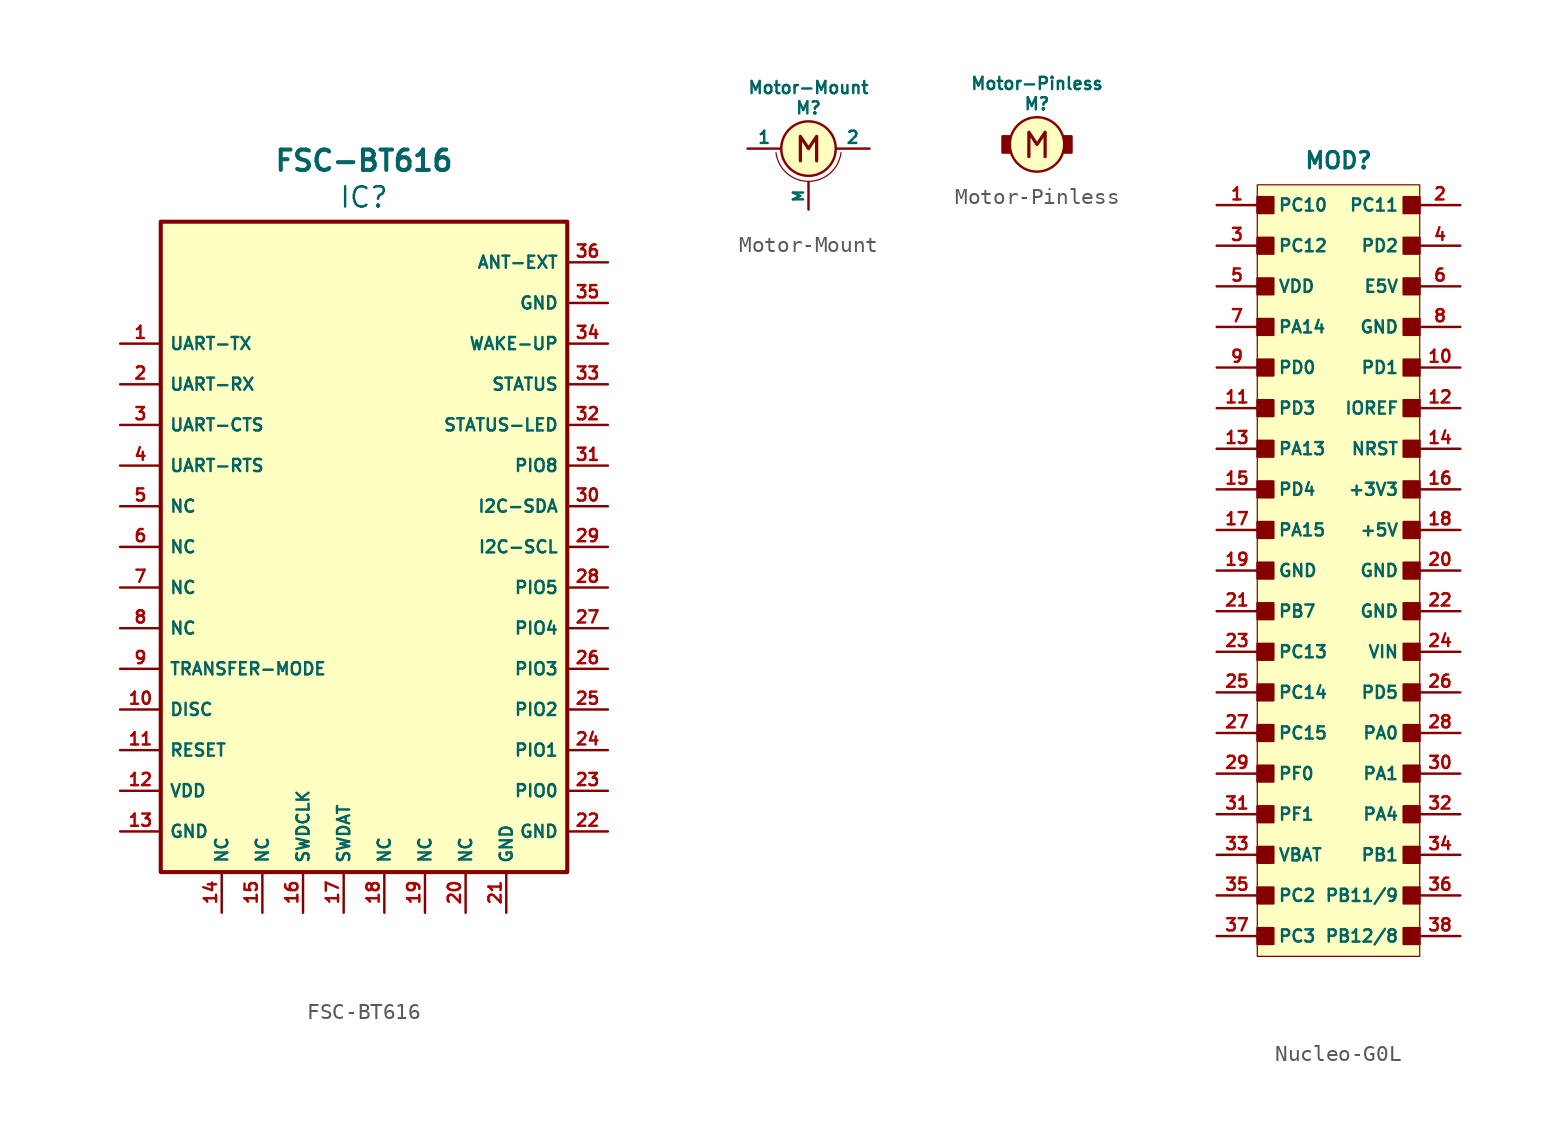
<source format=kicad_sym>
(kicad_symbol_lib
  (version 20220914)
  (generator kicad_symbol_editor)
  (symbol "FSC-BT616"
    (property "Reference" "IC"
      (at 0 21.844 0)
      (effects (font (size 1.27 1.27))))
    (property "Value" "FSC-BT616"
      (at 0 24.13 0)
      (effects (font (size 1.27 1.27) bold)))
    (symbol "FSC-BT616_0_0"
      (pin output line (at -15.24 12.7 0) (length 2.54) (name "UART-TX" (effects (font (size 0.762 0.762)))) (number "1" (effects (font (size 0.762 0.762)))))
      (pin input line (at -15.24 -10.16 0) (length 2.54) (name "DISC" (effects (font (size 0.762 0.762)))) (number "10" (effects (font (size 0.762 0.762)))))
      (pin output line (at -15.24 -12.7 0) (length 2.54) (name "RESET" (effects (font (size 0.762 0.762)))) (number "11" (effects (font (size 0.762 0.762)))))
      (pin input line (at -15.24 -15.24 0) (length 2.54) (name "VDD" (effects (font (size 0.762 0.762)))) (number "12" (effects (font (size 0.762 0.762)))))
      (pin input line (at -15.24 -17.78 0) (length 2.54) (name "GND" (effects (font (size 0.762 0.762)))) (number "13" (effects (font (size 0.762 0.762)))))
      (pin input line (at -15.24 10.16 0) (length 2.54) (name "UART-RX" (effects (font (size 0.762 0.762)))) (number "2" (effects (font (size 0.762 0.762)))))
      (pin input line (at 15.24 -17.78 180) (length 2.54) (name "GND" (effects (font (size 0.762 0.762)))) (number "22" (effects (font (size 0.762 0.762)))))
      (pin input line (at 15.24 -15.24 180) (length 2.54) (name "PIO0" (effects (font (size 0.762 0.762)))) (number "23" (effects (font (size 0.762 0.762)))))
      (pin output line (at 15.24 -12.7 180) (length 2.54) (name "PIO1" (effects (font (size 0.762 0.762)))) (number "24" (effects (font (size 0.762 0.762)))))
      (pin input line (at 15.24 -10.16 180) (length 2.54) (name "PIO2" (effects (font (size 0.762 0.762)))) (number "25" (effects (font (size 0.762 0.762)))))
      (pin output line (at 15.24 -7.62 180) (length 2.54) (name "PIO3" (effects (font (size 0.762 0.762)))) (number "26" (effects (font (size 0.762 0.762)))))
      (pin input line (at 15.24 -5.08 180) (length 2.54) (name "PIO4" (effects (font (size 0.762 0.762)))) (number "27" (effects (font (size 0.762 0.762)))))
      (pin output line (at 15.24 -2.54 180) (length 2.54) (name "PIO5" (effects (font (size 0.762 0.762)))) (number "28" (effects (font (size 0.762 0.762)))))
      (pin input line (at 15.24 0 180) (length 2.54) (name "I2C-SCL" (effects (font (size 0.762 0.762)))) (number "29" (effects (font (size 0.762 0.762)))))
      (pin output line (at -15.24 7.62 0) (length 2.54) (name "UART-CTS" (effects (font (size 0.762 0.762)))) (number "3" (effects (font (size 0.762 0.762)))))
      (pin output line (at 15.24 2.54 180) (length 2.54) (name "I2C-SDA" (effects (font (size 0.762 0.762)))) (number "30" (effects (font (size 0.762 0.762)))))
      (pin input line (at 15.24 5.08 180) (length 2.54) (name "PIO8" (effects (font (size 0.762 0.762)))) (number "31" (effects (font (size 0.762 0.762)))))
      (pin output line (at 15.24 7.62 180) (length 2.54) (name "STATUS-LED" (effects (font (size 0.762 0.762)))) (number "32" (effects (font (size 0.762 0.762)))))
      (pin input line (at 15.24 10.16 180) (length 2.54) (name "STATUS" (effects (font (size 0.762 0.762)))) (number "33" (effects (font (size 0.762 0.762)))))
      (pin output line (at 15.24 12.7 180) (length 2.54) (name "WAKE-UP" (effects (font (size 0.762 0.762)))) (number "34" (effects (font (size 0.762 0.762)))))
      (pin input line (at 15.24 15.24 180) (length 2.54) (name "GND" (effects (font (size 0.762 0.762)))) (number "35" (effects (font (size 0.762 0.762)))))
      (pin input line (at 15.24 17.78 180) (length 2.54) (name "ANT-EXT" (effects (font (size 0.762 0.762)))) (number "36" (effects (font (size 0.762 0.762)))))
      (pin input line (at -15.24 5.08 0) (length 2.54) (name "UART-RTS" (effects (font (size 0.762 0.762)))) (number "4" (effects (font (size 0.762 0.762)))))
      (pin output line (at -15.24 2.54 0) (length 2.54) (name "NC" (effects (font (size 0.762 0.762)))) (number "5" (effects (font (size 0.762 0.762)))))
      (pin input line (at -15.24 0 0) (length 2.54) (name "NC" (effects (font (size 0.762 0.762)))) (number "6" (effects (font (size 0.762 0.762)))))
      (pin output line (at -15.24 -2.54 0) (length 2.54) (name "NC" (effects (font (size 0.762 0.762)))) (number "7" (effects (font (size 0.762 0.762)))))
      (pin input line (at -15.24 -5.08 0) (length 2.54) (name "NC" (effects (font (size 0.762 0.762)))) (number "8" (effects (font (size 0.762 0.762)))))
      (pin output line (at -15.24 -7.62 0) (length 2.54) (name "TRANSFER-MODE" (effects (font (size 0.762 0.762)))) (number "9" (effects (font (size 0.762 0.762))))))
    (symbol "FSC-BT616_1_0"
      (pin input line (at -8.89 -22.86 90) (length 2.54) (name "NC" (effects (font (size 0.762 0.762)))) (number "14" (effects (font (size 0.762 0.762)))))
      (pin output line (at -6.35 -22.86 90) (length 2.54) (name "NC" (effects (font (size 0.762 0.762)))) (number "15" (effects (font (size 0.762 0.762)))))
      (pin input line (at -3.81 -22.86 90) (length 2.54) (name "SWDCLK" (effects (font (size 0.762 0.762)))) (number "16" (effects (font (size 0.762 0.762)))))
      (pin input line (at -1.27 -22.86 90) (length 2.54) (name "SWDAT" (effects (font (size 0.762 0.762)))) (number "17" (effects (font (size 0.762 0.762)))))
      (pin input line (at 1.27 -22.86 90) (length 2.54) (name "NC" (effects (font (size 0.762 0.762)))) (number "18" (effects (font (size 0.762 0.762)))))
      (pin output line (at 3.81 -22.86 90) (length 2.54) (name "NC" (effects (font (size 0.762 0.762)))) (number "19" (effects (font (size 0.762 0.762)))))
      (pin input line (at 6.35 -22.86 90) (length 2.54) (name "NC" (effects (font (size 0.762 0.762)))) (number "20" (effects (font (size 0.762 0.762)))))
      (pin input line (at 8.89 -22.86 90) (length 2.54) (name "GND" (effects (font (size 0.762 0.762)))) (number "21" (effects (font (size 0.762 0.762))))))
    (symbol "FSC-BT616_1_1"
      (rectangle (start 12.7 20.32) (end -12.7 -20.32) (stroke (width 0.254) (type solid)) (fill (type background)))))
  (symbol "Motor-Mount"
    (pin_numbers hide)
    (pin_names
      (offset 0))
    (property "Reference" "M"
      (at 0 2.54 0)
      (effects (font (size 0.762 0.762))))
    (property "Value" "Motor-Mount"
      (at 0 3.81 0)
      (effects (font (size 0.762 0.762))))
    (symbol "Motor-Mount_0_1"
      (arc (start -2.032 -0.254) (mid 0 -2.0478) (end 2.032 -0.254) (stroke (width 0.0762) (type solid)) (fill (type none)))
      (polyline (pts (xy -0.508 -0.762) (xy -0.508 0.762) (xy 0 0) (xy 0.508 0.762) (xy 0.508 -0.762)) (stroke (width 0.203) (type solid)) (fill (type none)))
      (circle (center 0 0) (radius 1.702) (stroke (width 0) (type solid)) (fill (type background))))
    (symbol "Motor-Mount_1_1"
      (pin passive line (at -3.81 0 0) (length 2.083) (name "1" (effects (font (size 0.762 0.762)))) (number "1" (effects (font (size 0.762 0.762)))))
      (pin passive line (at 3.81 0 180) (length 2.083) (name "2" (effects (font (size 0.762 0.762)))) (number "2" (effects (font (size 0.762 0.762)))))
      (pin passive line (at 0 -3.81 90) (length 1.702) (name "M" (effects (font (size 0.635 0.635)))) (number "3" (effects (font (size 0.762 0.762)))))))
  (symbol "Motor-Pinless"
    (pin_numbers hide)
    (pin_names
      (offset 0))
    (property "Reference" "M"
      (at 0 2.54 0)
      (effects (font (size 0.762 0.762))))
    (property "Value" "Motor-Pinless"
      (at 0 3.81 0)
      (effects (font (size 0.762 0.762))))
    (symbol "Motor-Pinless_0_1"
      (polyline (pts (xy -0.508 -0.762) (xy -0.508 0.762) (xy 0 0) (xy 0.508 0.762) (xy 0.508 -0.762)) (stroke (width 0.203) (type solid)) (fill (type none)))
      (polyline (pts (xy -1.651 0.508) (xy -2.159 0.508) (xy -2.159 -0.508) (xy -1.651 -0.508) (xy -1.778 0) (xy -1.651 0.508)) (stroke (width 0) (type solid)) (fill (type outline)))
      (polyline (pts (xy 1.651 -0.508) (xy 2.159 -0.508) (xy 2.159 0.508) (xy 1.651 0.508) (xy 1.778 0) (xy 1.651 -0.508)) (stroke (width 0) (type solid)) (fill (type outline)))
      (circle (center 0 0) (radius 1.702) (stroke (width 0) (type solid)) (fill (type background)))))
  (symbol "Nucleo-G0L"
    (pin_names
      (offset 1.27))
    (property "Reference" "MOD"
      (at 0 23.114 0)
      (effects (font (size 1.016 1.016) bold)))
    (symbol "Nucleo-G0L_0_1"
      (rectangle (start -5.08 -24.892) (end -4.064 -25.908) (stroke (width 0.127) (type solid)) (fill (type outline)))
      (rectangle (start -5.08 -22.352) (end -4.064 -23.368) (stroke (width 0.127) (type solid)) (fill (type outline)))
      (rectangle (start -5.08 -19.812) (end -4.064 -20.828) (stroke (width 0.127) (type solid)) (fill (type outline)))
      (rectangle (start -5.08 -17.272) (end -4.064 -18.288) (stroke (width 0.127) (type solid)) (fill (type outline)))
      (rectangle (start -5.08 -14.732) (end -4.064 -15.748) (stroke (width 0.127) (type solid)) (fill (type outline)))
      (rectangle (start -5.08 -12.192) (end -4.064 -13.208) (stroke (width 0.127) (type solid)) (fill (type outline)))
      (rectangle (start -5.08 -9.652) (end -4.064 -10.668) (stroke (width 0.127) (type solid)) (fill (type outline)))
      (rectangle (start -5.08 -7.112) (end -4.064 -8.128) (stroke (width 0.127) (type solid)) (fill (type outline)))
      (rectangle (start -5.08 -4.572) (end -4.064 -5.588) (stroke (width 0.127) (type solid)) (fill (type outline)))
      (rectangle (start -5.08 -2.032) (end -4.064 -3.048) (stroke (width 0.127) (type solid)) (fill (type outline)))
      (rectangle (start -5.08 0.508) (end -4.064 -0.508) (stroke (width 0.127) (type solid)) (fill (type outline)))
      (rectangle (start -5.08 3.048) (end -4.064 2.032) (stroke (width 0.127) (type solid)) (fill (type outline)))
      (rectangle (start -5.08 5.588) (end -4.064 4.572) (stroke (width 0.127) (type solid)) (fill (type outline)))
      (rectangle (start -5.08 8.128) (end -4.064 7.112) (stroke (width 0.127) (type solid)) (fill (type outline)))
      (rectangle (start -5.08 10.668) (end -4.064 9.652) (stroke (width 0.127) (type solid)) (fill (type outline)))
      (rectangle (start -5.08 13.208) (end -4.064 12.192) (stroke (width 0.127) (type solid)) (fill (type outline)))
      (rectangle (start -5.08 15.748) (end -4.064 14.732) (stroke (width 0.127) (type solid)) (fill (type outline)))
      (rectangle (start -5.08 18.288) (end -4.064 17.272) (stroke (width 0.127) (type solid)) (fill (type outline)))
      (rectangle (start -5.08 20.828) (end -4.064 19.812) (stroke (width 0.127) (type solid)) (fill (type outline)))
      (rectangle (start -5.08 21.59) (end 5.08 -26.67) (stroke (width 0.076) (type solid)) (fill (type background)))
      (rectangle (start 4.064 -24.892) (end 5.08 -25.908) (stroke (width 0.127) (type solid)) (fill (type outline)))
      (rectangle (start 4.064 -22.352) (end 5.08 -23.368) (stroke (width 0.127) (type solid)) (fill (type outline)))
      (rectangle (start 4.064 -19.812) (end 5.08 -20.828) (stroke (width 0.127) (type solid)) (fill (type outline)))
      (rectangle (start 4.064 -17.272) (end 5.08 -18.288) (stroke (width 0.127) (type solid)) (fill (type outline)))
      (rectangle (start 4.064 -14.732) (end 5.08 -15.748) (stroke (width 0.127) (type solid)) (fill (type outline)))
      (rectangle (start 4.064 -12.192) (end 5.08 -13.208) (stroke (width 0.127) (type solid)) (fill (type outline)))
      (rectangle (start 4.064 -9.652) (end 5.08 -10.668) (stroke (width 0.127) (type solid)) (fill (type outline)))
      (rectangle (start 4.064 -7.112) (end 5.08 -8.128) (stroke (width 0.127) (type solid)) (fill (type outline)))
      (rectangle (start 4.064 -4.572) (end 5.08 -5.588) (stroke (width 0.127) (type solid)) (fill (type outline)))
      (rectangle (start 4.064 -2.032) (end 5.08 -3.048) (stroke (width 0.127) (type solid)) (fill (type outline)))
      (rectangle (start 4.064 0.508) (end 5.08 -0.508) (stroke (width 0.127) (type solid)) (fill (type outline)))
      (rectangle (start 4.064 3.048) (end 5.08 2.032) (stroke (width 0.127) (type solid)) (fill (type outline)))
      (rectangle (start 4.064 5.588) (end 5.08 4.572) (stroke (width 0.127) (type solid)) (fill (type outline)))
      (rectangle (start 4.064 8.128) (end 5.08 7.112) (stroke (width 0.127) (type solid)) (fill (type outline)))
      (rectangle (start 4.064 10.668) (end 5.08 9.652) (stroke (width 0.127) (type solid)) (fill (type outline)))
      (rectangle (start 4.064 13.208) (end 5.08 12.192) (stroke (width 0.127) (type solid)) (fill (type outline)))
      (rectangle (start 4.064 15.748) (end 5.08 14.732) (stroke (width 0.127) (type solid)) (fill (type outline)))
      (rectangle (start 4.064 18.288) (end 5.08 17.272) (stroke (width 0.127) (type solid)) (fill (type outline)))
      (rectangle (start 4.064 20.828) (end 5.08 19.812) (stroke (width 0.127) (type solid)) (fill (type outline))))
    (symbol "Nucleo-G0L_1_1"
      (pin passive line (at -7.62 20.32 0) (length 2.54) (name "PC10" (effects (font (size 0.762 0.762)))) (number "1" (effects (font (size 0.762 0.762)))))
      (pin passive line (at 7.62 10.16 180) (length 2.54) (name "PD1" (effects (font (size 0.762 0.762)))) (number "10" (effects (font (size 0.762 0.762)))))
      (pin passive line (at -7.62 7.62 0) (length 2.54) (name "PD3" (effects (font (size 0.762 0.762)))) (number "11" (effects (font (size 0.762 0.762)))))
      (pin passive line (at 7.62 7.62 180) (length 2.54) (name "IOREF" (effects (font (size 0.762 0.762)))) (number "12" (effects (font (size 0.762 0.762)))))
      (pin passive line (at -7.62 5.08 0) (length 2.54) (name "PA13" (effects (font (size 0.762 0.762)))) (number "13" (effects (font (size 0.762 0.762)))))
      (pin passive line (at 7.62 5.08 180) (length 2.54) (name "NRST" (effects (font (size 0.762 0.762)))) (number "14" (effects (font (size 0.762 0.762)))))
      (pin passive line (at -7.62 2.54 0) (length 2.54) (name "PD4" (effects (font (size 0.762 0.762)))) (number "15" (effects (font (size 0.762 0.762)))))
      (pin passive line (at 7.62 2.54 180) (length 2.54) (name "+3V3" (effects (font (size 0.762 0.762)))) (number "16" (effects (font (size 0.762 0.762)))))
      (pin passive line (at -7.62 0 0) (length 2.54) (name "PA15" (effects (font (size 0.762 0.762)))) (number "17" (effects (font (size 0.762 0.762)))))
      (pin passive line (at 7.62 0 180) (length 2.54) (name "+5V" (effects (font (size 0.762 0.762)))) (number "18" (effects (font (size 0.762 0.762)))))
      (pin passive line (at -7.62 -2.54 0) (length 2.54) (name "GND" (effects (font (size 0.762 0.762)))) (number "19" (effects (font (size 0.762 0.762)))))
      (pin passive line (at 7.62 20.32 180) (length 2.54) (name "PC11" (effects (font (size 0.762 0.762)))) (number "2" (effects (font (size 0.762 0.762)))))
      (pin passive line (at 7.62 -2.54 180) (length 2.54) (name "GND" (effects (font (size 0.762 0.762)))) (number "20" (effects (font (size 0.762 0.762)))))
      (pin passive line (at -7.62 -5.08 0) (length 2.54) (name "PB7" (effects (font (size 0.762 0.762)))) (number "21" (effects (font (size 0.762 0.762)))))
      (pin passive line (at 7.62 -5.08 180) (length 2.54) (name "GND" (effects (font (size 0.762 0.762)))) (number "22" (effects (font (size 0.762 0.762)))))
      (pin passive line (at -7.62 -7.62 0) (length 2.54) (name "PC13" (effects (font (size 0.762 0.762)))) (number "23" (effects (font (size 0.762 0.762)))))
      (pin passive line (at 7.62 -7.62 180) (length 2.54) (name "VIN" (effects (font (size 0.762 0.762)))) (number "24" (effects (font (size 0.762 0.762)))))
      (pin passive line (at -7.62 -10.16 0) (length 2.54) (name "PC14" (effects (font (size 0.762 0.762)))) (number "25" (effects (font (size 0.762 0.762)))))
      (pin passive line (at 7.62 -10.16 180) (length 2.54) (name "PD5" (effects (font (size 0.762 0.762)))) (number "26" (effects (font (size 0.762 0.762)))))
      (pin passive line (at -7.62 -12.7 0) (length 2.54) (name "PC15" (effects (font (size 0.762 0.762)))) (number "27" (effects (font (size 0.762 0.762)))))
      (pin passive line (at 7.62 -12.7 180) (length 2.54) (name "PA0" (effects (font (size 0.762 0.762)))) (number "28" (effects (font (size 0.762 0.762)))))
      (pin passive line (at -7.62 -15.24 0) (length 2.54) (name "PF0" (effects (font (size 0.762 0.762)))) (number "29" (effects (font (size 0.762 0.762)))))
      (pin passive line (at -7.62 17.78 0) (length 2.54) (name "PC12" (effects (font (size 0.762 0.762)))) (number "3" (effects (font (size 0.762 0.762)))))
      (pin passive line (at 7.62 -15.24 180) (length 2.54) (name "PA1" (effects (font (size 0.762 0.762)))) (number "30" (effects (font (size 0.762 0.762)))))
      (pin passive line (at -7.62 -17.78 0) (length 2.54) (name "PF1" (effects (font (size 0.762 0.762)))) (number "31" (effects (font (size 0.762 0.762)))))
      (pin passive line (at 7.62 -17.78 180) (length 2.54) (name "PA4" (effects (font (size 0.762 0.762)))) (number "32" (effects (font (size 0.762 0.762)))))
      (pin passive line (at -7.62 -20.32 0) (length 2.54) (name "VBAT" (effects (font (size 0.762 0.762)))) (number "33" (effects (font (size 0.762 0.762)))))
      (pin passive line (at 7.62 -20.32 180) (length 2.54) (name "PB1" (effects (font (size 0.762 0.762)))) (number "34" (effects (font (size 0.762 0.762)))))
      (pin passive line (at -7.62 -22.86 0) (length 2.54) (name "PC2" (effects (font (size 0.762 0.762)))) (number "35" (effects (font (size 0.762 0.762)))))
      (pin passive line (at 7.62 -22.86 180) (length 2.54) (name "PB11/9" (effects (font (size 0.762 0.762)))) (number "36" (effects (font (size 0.762 0.762)))))
      (pin passive line (at -7.62 -25.4 0) (length 2.54) (name "PC3" (effects (font (size 0.762 0.762)))) (number "37" (effects (font (size 0.762 0.762)))))
      (pin passive line (at 7.62 -25.4 180) (length 2.54) (name "PB12/8" (effects (font (size 0.762 0.762)))) (number "38" (effects (font (size 0.762 0.762)))))
      (pin passive line (at 7.62 17.78 180) (length 2.54) (name "PD2" (effects (font (size 0.762 0.762)))) (number "4" (effects (font (size 0.762 0.762)))))
      (pin passive line (at -7.62 15.24 0) (length 2.54) (name "VDD" (effects (font (size 0.762 0.762)))) (number "5" (effects (font (size 0.762 0.762)))))
      (pin passive line (at 7.62 15.24 180) (length 2.54) (name "E5V" (effects (font (size 0.762 0.762)))) (number "6" (effects (font (size 0.762 0.762)))))
      (pin passive line (at -7.62 12.7 0) (length 2.54) (name "PA14" (effects (font (size 0.762 0.762)))) (number "7" (effects (font (size 0.762 0.762)))))
      (pin passive line (at 7.62 12.7 180) (length 2.54) (name "GND" (effects (font (size 0.762 0.762)))) (number "8" (effects (font (size 0.762 0.762)))))
      (pin passive line (at -7.62 10.16 0) (length 2.54) (name "PD0" (effects (font (size 0.762 0.762)))) (number "9" (effects (font (size 0.762 0.762))))))))
</source>
